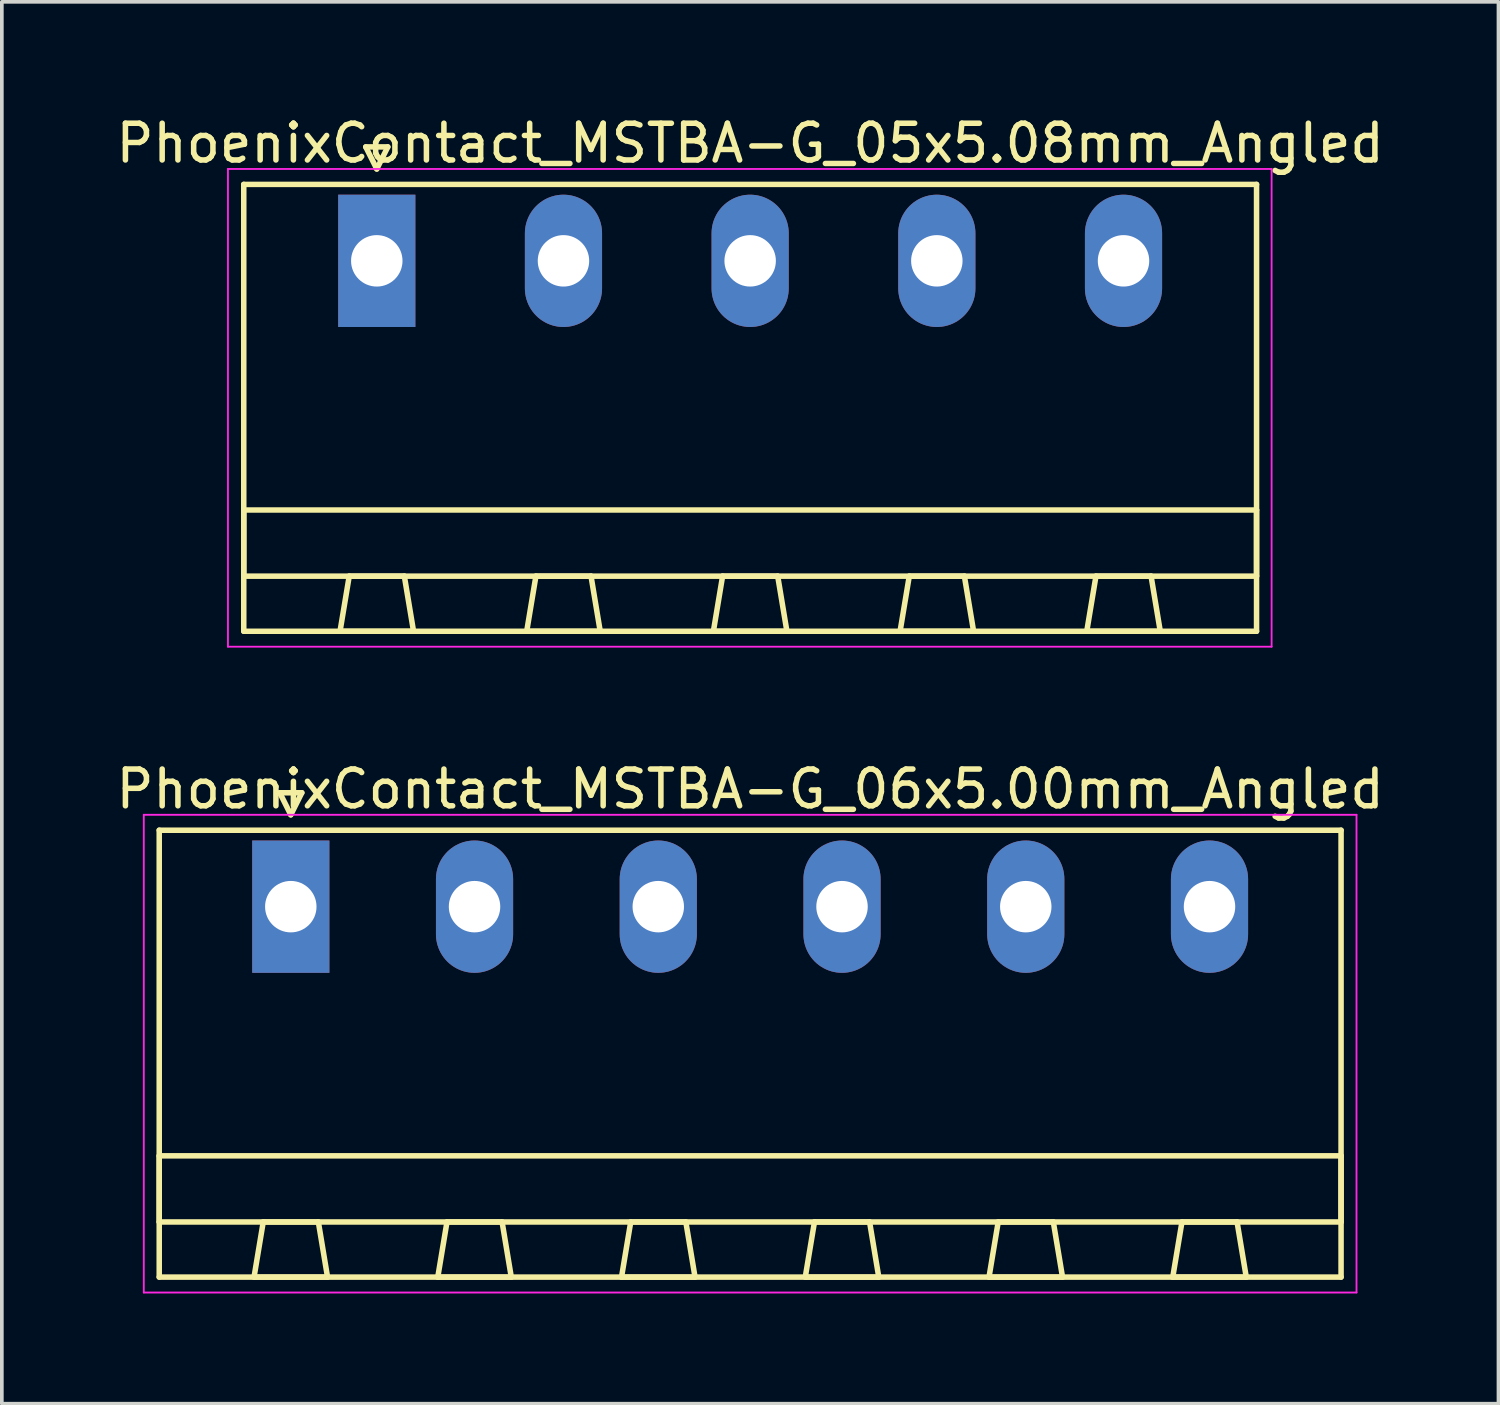
<source format=kicad_pcb>
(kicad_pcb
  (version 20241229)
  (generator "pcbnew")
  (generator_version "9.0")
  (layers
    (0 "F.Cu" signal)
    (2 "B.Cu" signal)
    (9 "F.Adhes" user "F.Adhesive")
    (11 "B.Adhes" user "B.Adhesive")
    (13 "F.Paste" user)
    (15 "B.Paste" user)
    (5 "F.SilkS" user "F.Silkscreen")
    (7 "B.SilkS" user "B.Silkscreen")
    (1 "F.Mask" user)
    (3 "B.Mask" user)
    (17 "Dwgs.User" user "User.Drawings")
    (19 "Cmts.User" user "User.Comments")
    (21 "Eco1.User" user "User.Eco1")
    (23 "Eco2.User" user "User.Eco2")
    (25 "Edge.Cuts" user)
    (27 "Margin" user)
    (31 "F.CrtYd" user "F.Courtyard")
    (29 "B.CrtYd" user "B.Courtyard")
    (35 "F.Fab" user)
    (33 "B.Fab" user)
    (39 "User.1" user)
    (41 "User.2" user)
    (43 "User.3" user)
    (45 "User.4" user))
  (footprint "PhoenixContact_MSTBA-G_05x5.08mm_Angled"
    (layer "F.Cu")
    (at 7.203 4.048)
    (property "Reference" "PhoenixContact_MSTBA-G_05x5.08mm_Angled" (at 10.16 -3.2 0) (layer "F.SilkS") (effects (font (size 1 1) (thickness 0.15))))
    (attr through_hole)
    (fp_line (start -3.62 -2.08) (end -3.62 10.08) (stroke (width 0.15) (type solid)) (layer "F.SilkS"))
    (fp_line (start -3.62 6.78) (end 23.94 6.78) (stroke (width 0.15) (type solid)) (layer "F.SilkS"))
    (fp_line (start -3.62 8.58) (end -3.62 6.78) (stroke (width 0.15) (type solid)) (layer "F.SilkS"))
    (fp_line (start -3.62 10.08) (end 23.94 10.08) (stroke (width 0.15) (type solid)) (layer "F.SilkS"))
    (fp_line (start -1 10.08) (end 1 10.08) (stroke (width 0.15) (type solid)) (layer "F.SilkS"))
    (fp_line (start -0.75 8.58) (end -1 10.08) (stroke (width 0.15) (type solid)) (layer "F.SilkS"))
    (fp_line (start -0.3 -3.1) (end 0 -2.5) (stroke (width 0.15) (type solid)) (layer "F.SilkS"))
    (fp_line (start 0 -2.5) (end 0.3 -3.1) (stroke (width 0.15) (type solid)) (layer "F.SilkS"))
    (fp_line (start 0.3 -3.1) (end -0.3 -3.1) (stroke (width 0.15) (type solid)) (layer "F.SilkS"))
    (fp_line (start 0.75 8.58) (end -0.75 8.58) (stroke (width 0.15) (type solid)) (layer "F.SilkS"))
    (fp_line (start 1 10.08) (end 0.75 8.58) (stroke (width 0.15) (type solid)) (layer "F.SilkS"))
    (fp_line (start 4.08 10.08) (end 6.08 10.08) (stroke (width 0.15) (type solid)) (layer "F.SilkS"))
    (fp_line (start 4.33 8.58) (end 4.08 10.08) (stroke (width 0.15) (type solid)) (layer "F.SilkS"))
    (fp_line (start 5.83 8.58) (end 4.33 8.58) (stroke (width 0.15) (type solid)) (layer "F.SilkS"))
    (fp_line (start 6.08 10.08) (end 5.83 8.58) (stroke (width 0.15) (type solid)) (layer "F.SilkS"))
    (fp_line (start 9.16 10.08) (end 11.16 10.08) (stroke (width 0.15) (type solid)) (layer "F.SilkS"))
    (fp_line (start 9.41 8.58) (end 9.16 10.08) (stroke (width 0.15) (type solid)) (layer "F.SilkS"))
    (fp_line (start 10.91 8.58) (end 9.41 8.58) (stroke (width 0.15) (type solid)) (layer "F.SilkS"))
    (fp_line (start 11.16 10.08) (end 10.91 8.58) (stroke (width 0.15) (type solid)) (layer "F.SilkS"))
    (fp_line (start 14.24 10.08) (end 16.24 10.08) (stroke (width 0.15) (type solid)) (layer "F.SilkS"))
    (fp_line (start 14.49 8.58) (end 14.24 10.08) (stroke (width 0.15) (type solid)) (layer "F.SilkS"))
    (fp_line (start 15.99 8.58) (end 14.49 8.58) (stroke (width 0.15) (type solid)) (layer "F.SilkS"))
    (fp_line (start 16.24 10.08) (end 15.99 8.58) (stroke (width 0.15) (type solid)) (layer "F.SilkS"))
    (fp_line (start 19.32 10.08) (end 21.32 10.08) (stroke (width 0.15) (type solid)) (layer "F.SilkS"))
    (fp_line (start 19.57 8.58) (end 19.32 10.08) (stroke (width 0.15) (type solid)) (layer "F.SilkS"))
    (fp_line (start 21.07 8.58) (end 19.57 8.58) (stroke (width 0.15) (type solid)) (layer "F.SilkS"))
    (fp_line (start 21.32 10.08) (end 21.07 8.58) (stroke (width 0.15) (type solid)) (layer "F.SilkS"))
    (fp_line (start 23.94 -2.08) (end -3.62 -2.08) (stroke (width 0.15) (type solid)) (layer "F.SilkS"))
    (fp_line (start 23.94 6.78) (end 23.94 8.58) (stroke (width 0.15) (type solid)) (layer "F.SilkS"))
    (fp_line (start 23.94 8.58) (end -3.62 8.58) (stroke (width 0.15) (type solid)) (layer "F.SilkS"))
    (fp_line (start 23.94 10.08) (end 23.94 -2.08) (stroke (width 0.15) (type solid)) (layer "F.SilkS"))
    (fp_line (start -4.05 -2.5) (end -4.05 10.5) (stroke (width 0.05) (type solid)) (layer "F.CrtYd"))
    (fp_line (start -4.05 10.5) (end 24.35 10.5) (stroke (width 0.05) (type solid)) (layer "F.CrtYd"))
    (fp_line (start 24.35 -2.5) (end -4.05 -2.5) (stroke (width 0.05) (type solid)) (layer "F.CrtYd"))
    (fp_line (start 24.35 10.5) (end 24.35 -2.5) (stroke (width 0.05) (type solid)) (layer "F.CrtYd"))
    (pad "1" thru_hole rect (at 0 0) (size 2.1 3.6) (drill 1.4) (layers "*.Cu" "*.Mask"))
    (pad "2" thru_hole oval (at 5.08 0) (size 2.1 3.6) (drill 1.4) (layers "*.Cu" "*.Mask"))
    (pad "3" thru_hole oval (at 10.16 0) (size 2.1 3.6) (drill 1.4) (layers "*.Cu" "*.Mask"))
    (pad "4" thru_hole oval (at 15.24 0) (size 2.1 3.6) (drill 1.4) (layers "*.Cu" "*.Mask"))
    (pad "5" thru_hole oval (at 20.32 0) (size 2.1 3.6) (drill 1.4) (layers "*.Cu" "*.Mask")))
  (footprint "PhoenixContact_MSTBA-G_06x5.00mm_Angled"
    (layer "F.Cu")
    (at 4.863 21.622)
    (property "Reference" "PhoenixContact_MSTBA-G_06x5.00mm_Angled" (at 12.5 -3.2 0) (layer "F.SilkS") (effects (font (size 1 1) (thickness 0.15))))
    (attr through_hole)
    (fp_line (start -3.58 -2.08) (end -3.58 10.08) (stroke (width 0.15) (type solid)) (layer "F.SilkS"))
    (fp_line (start -3.58 6.78) (end 28.58 6.78) (stroke (width 0.15) (type solid)) (layer "F.SilkS"))
    (fp_line (start -3.58 8.58) (end -3.58 6.78) (stroke (width 0.15) (type solid)) (layer "F.SilkS"))
    (fp_line (start -3.58 10.08) (end 28.58 10.08) (stroke (width 0.15) (type solid)) (layer "F.SilkS"))
    (fp_line (start -1 10.08) (end 1 10.08) (stroke (width 0.15) (type solid)) (layer "F.SilkS"))
    (fp_line (start -0.75 8.58) (end -1 10.08) (stroke (width 0.15) (type solid)) (layer "F.SilkS"))
    (fp_line (start -0.3 -3.1) (end 0 -2.5) (stroke (width 0.15) (type solid)) (layer "F.SilkS"))
    (fp_line (start 0 -2.5) (end 0.3 -3.1) (stroke (width 0.15) (type solid)) (layer "F.SilkS"))
    (fp_line (start 0.3 -3.1) (end -0.3 -3.1) (stroke (width 0.15) (type solid)) (layer "F.SilkS"))
    (fp_line (start 0.75 8.58) (end -0.75 8.58) (stroke (width 0.15) (type solid)) (layer "F.SilkS"))
    (fp_line (start 1 10.08) (end 0.75 8.58) (stroke (width 0.15) (type solid)) (layer "F.SilkS"))
    (fp_line (start 4 10.08) (end 6 10.08) (stroke (width 0.15) (type solid)) (layer "F.SilkS"))
    (fp_line (start 4.25 8.58) (end 4 10.08) (stroke (width 0.15) (type solid)) (layer "F.SilkS"))
    (fp_line (start 5.75 8.58) (end 4.25 8.58) (stroke (width 0.15) (type solid)) (layer "F.SilkS"))
    (fp_line (start 6 10.08) (end 5.75 8.58) (stroke (width 0.15) (type solid)) (layer "F.SilkS"))
    (fp_line (start 9 10.08) (end 11 10.08) (stroke (width 0.15) (type solid)) (layer "F.SilkS"))
    (fp_line (start 9.25 8.58) (end 9 10.08) (stroke (width 0.15) (type solid)) (layer "F.SilkS"))
    (fp_line (start 10.75 8.58) (end 9.25 8.58) (stroke (width 0.15) (type solid)) (layer "F.SilkS"))
    (fp_line (start 11 10.08) (end 10.75 8.58) (stroke (width 0.15) (type solid)) (layer "F.SilkS"))
    (fp_line (start 14 10.08) (end 16 10.08) (stroke (width 0.15) (type solid)) (layer "F.SilkS"))
    (fp_line (start 14.25 8.58) (end 14 10.08) (stroke (width 0.15) (type solid)) (layer "F.SilkS"))
    (fp_line (start 15.75 8.58) (end 14.25 8.58) (stroke (width 0.15) (type solid)) (layer "F.SilkS"))
    (fp_line (start 16 10.08) (end 15.75 8.58) (stroke (width 0.15) (type solid)) (layer "F.SilkS"))
    (fp_line (start 19 10.08) (end 21 10.08) (stroke (width 0.15) (type solid)) (layer "F.SilkS"))
    (fp_line (start 19.25 8.58) (end 19 10.08) (stroke (width 0.15) (type solid)) (layer "F.SilkS"))
    (fp_line (start 20.75 8.58) (end 19.25 8.58) (stroke (width 0.15) (type solid)) (layer "F.SilkS"))
    (fp_line (start 21 10.08) (end 20.75 8.58) (stroke (width 0.15) (type solid)) (layer "F.SilkS"))
    (fp_line (start 24 10.08) (end 26 10.08) (stroke (width 0.15) (type solid)) (layer "F.SilkS"))
    (fp_line (start 24.25 8.58) (end 24 10.08) (stroke (width 0.15) (type solid)) (layer "F.SilkS"))
    (fp_line (start 25.75 8.58) (end 24.25 8.58) (stroke (width 0.15) (type solid)) (layer "F.SilkS"))
    (fp_line (start 26 10.08) (end 25.75 8.58) (stroke (width 0.15) (type solid)) (layer "F.SilkS"))
    (fp_line (start 28.58 -2.08) (end -3.58 -2.08) (stroke (width 0.15) (type solid)) (layer "F.SilkS"))
    (fp_line (start 28.58 6.78) (end 28.58 8.58) (stroke (width 0.15) (type solid)) (layer "F.SilkS"))
    (fp_line (start 28.58 8.58) (end -3.58 8.58) (stroke (width 0.15) (type solid)) (layer "F.SilkS"))
    (fp_line (start 28.58 10.08) (end 28.58 -2.08) (stroke (width 0.15) (type solid)) (layer "F.SilkS"))
    (fp_line (start -4 -2.5) (end -4 10.5) (stroke (width 0.05) (type solid)) (layer "F.CrtYd"))
    (fp_line (start -4 10.5) (end 29 10.5) (stroke (width 0.05) (type solid)) (layer "F.CrtYd"))
    (fp_line (start 29 -2.5) (end -4 -2.5) (stroke (width 0.05) (type solid)) (layer "F.CrtYd"))
    (fp_line (start 29 10.5) (end 29 -2.5) (stroke (width 0.05) (type solid)) (layer "F.CrtYd"))
    (pad "1" thru_hole rect (at 0 0) (size 2.1 3.6) (drill 1.4) (layers "*.Cu" "*.Mask"))
    (pad "2" thru_hole oval (at 5 0) (size 2.1 3.6) (drill 1.4) (layers "*.Cu" "*.Mask"))
    (pad "3" thru_hole oval (at 10 0) (size 2.1 3.6) (drill 1.4) (layers "*.Cu" "*.Mask"))
    (pad "4" thru_hole oval (at 15 0) (size 2.1 3.6) (drill 1.4) (layers "*.Cu" "*.Mask"))
    (pad "5" thru_hole oval (at 20 0) (size 2.1 3.6) (drill 1.4) (layers "*.Cu" "*.Mask"))
    (pad "6" thru_hole oval (at 25 0) (size 2.1 3.6) (drill 1.4) (layers "*.Cu" "*.Mask")))
  (gr_rect
    (start -3 -3)
    (end 37.726 35.147)
    (stroke (width 0.1) (type default))
    (fill no)
    (layer "Edge.Cuts")))
</source>
